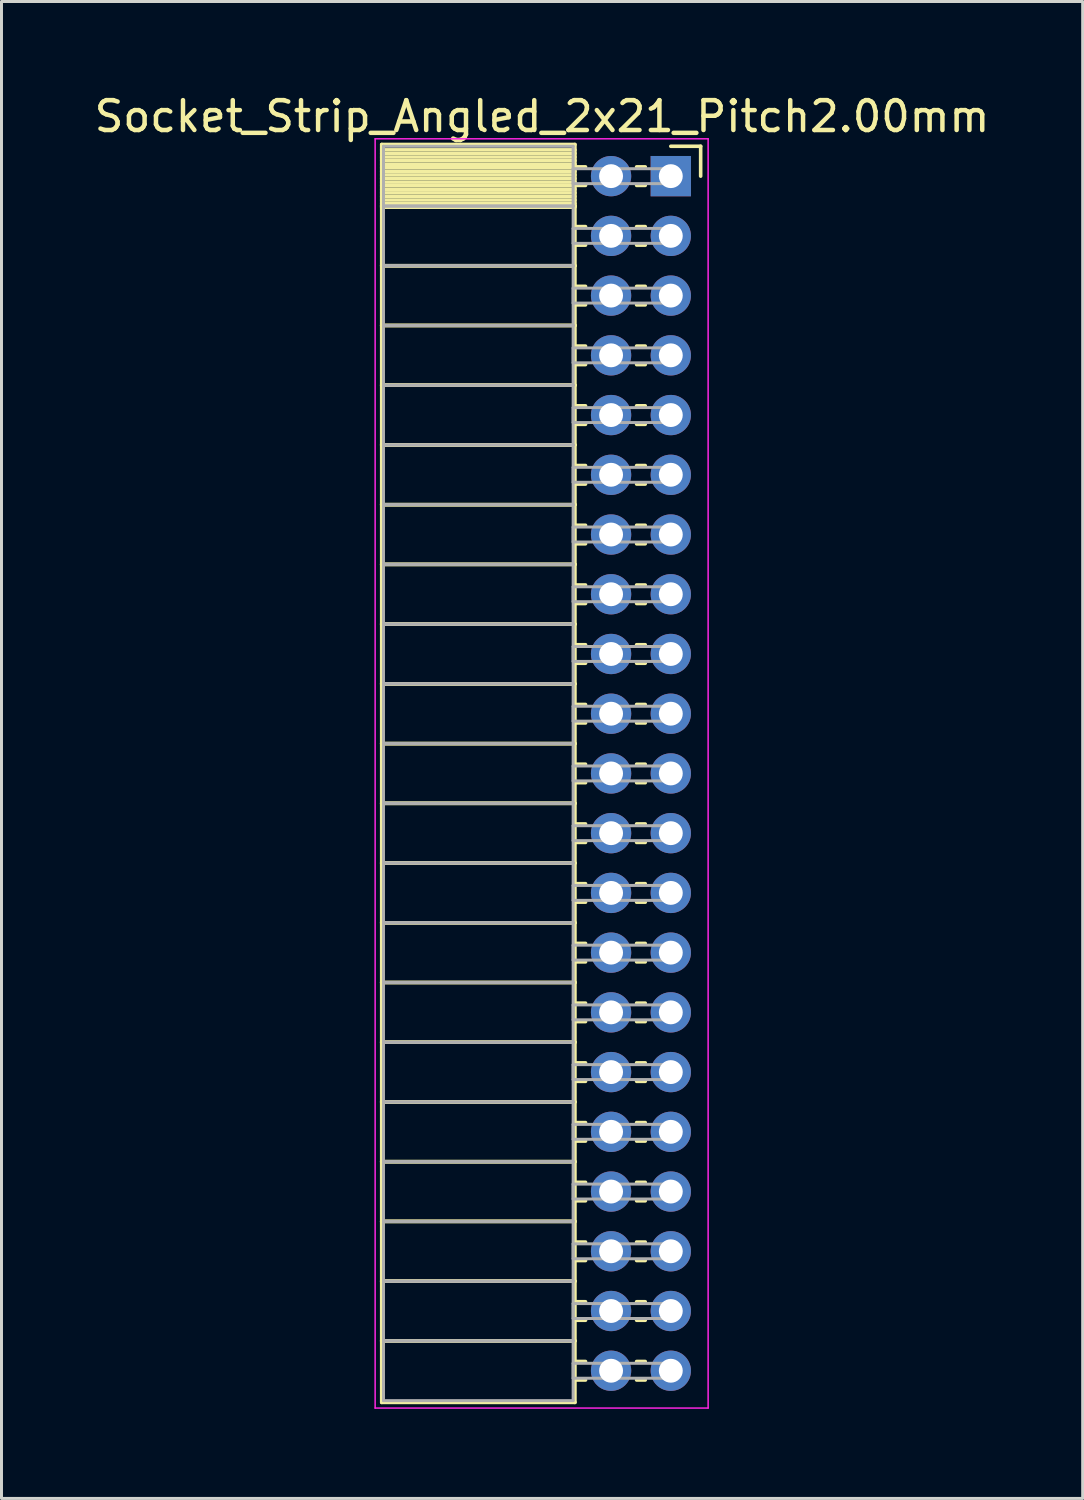
<source format=kicad_pcb>
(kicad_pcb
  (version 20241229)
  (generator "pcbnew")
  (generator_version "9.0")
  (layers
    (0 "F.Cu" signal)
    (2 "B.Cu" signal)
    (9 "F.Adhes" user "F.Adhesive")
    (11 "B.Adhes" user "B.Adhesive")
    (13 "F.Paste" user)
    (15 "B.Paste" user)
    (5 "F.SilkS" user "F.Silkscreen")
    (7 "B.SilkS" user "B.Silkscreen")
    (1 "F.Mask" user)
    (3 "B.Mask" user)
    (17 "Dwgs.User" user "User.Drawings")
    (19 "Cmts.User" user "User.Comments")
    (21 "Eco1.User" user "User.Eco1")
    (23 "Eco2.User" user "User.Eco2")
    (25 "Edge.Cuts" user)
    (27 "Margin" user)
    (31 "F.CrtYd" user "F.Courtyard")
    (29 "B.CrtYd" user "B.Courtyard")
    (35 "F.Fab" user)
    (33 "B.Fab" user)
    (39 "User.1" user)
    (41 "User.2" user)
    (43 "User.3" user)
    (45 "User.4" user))
  (footprint "Socket_Strip_Angled_2x21_Pitch2.00mm"
    (layer "F.Cu")
    (at 19.411 2.848)
    (property "Reference" "Socket_Strip_Angled_2x21_Pitch2.00mm" (at -4.31 -2 0) (layer "F.SilkS") (effects (font (size 1 1) (thickness 0.15))))
    (attr through_hole)
    (fp_line (start -9.68 -1.06) (end -3.21 -1.06) (stroke (width 0.12) (type solid)) (layer "F.SilkS"))
    (fp_line (start -9.68 1) (end -9.68 -1.06) (stroke (width 0.12) (type solid)) (layer "F.SilkS"))
    (fp_line (start -9.68 1) (end -3.21 1) (stroke (width 0.12) (type solid)) (layer "F.SilkS"))
    (fp_line (start -9.68 3) (end -9.68 1) (stroke (width 0.12) (type solid)) (layer "F.SilkS"))
    (fp_line (start -9.68 3) (end -3.21 3) (stroke (width 0.12) (type solid)) (layer "F.SilkS"))
    (fp_line (start -9.68 5) (end -9.68 3) (stroke (width 0.12) (type solid)) (layer "F.SilkS"))
    (fp_line (start -9.68 5) (end -3.21 5) (stroke (width 0.12) (type solid)) (layer "F.SilkS"))
    (fp_line (start -9.68 7) (end -9.68 5) (stroke (width 0.12) (type solid)) (layer "F.SilkS"))
    (fp_line (start -9.68 7) (end -3.21 7) (stroke (width 0.12) (type solid)) (layer "F.SilkS"))
    (fp_line (start -9.68 9) (end -9.68 7) (stroke (width 0.12) (type solid)) (layer "F.SilkS"))
    (fp_line (start -9.68 9) (end -3.21 9) (stroke (width 0.12) (type solid)) (layer "F.SilkS"))
    (fp_line (start -9.68 11) (end -9.68 9) (stroke (width 0.12) (type solid)) (layer "F.SilkS"))
    (fp_line (start -9.68 11) (end -3.21 11) (stroke (width 0.12) (type solid)) (layer "F.SilkS"))
    (fp_line (start -9.68 13) (end -9.68 11) (stroke (width 0.12) (type solid)) (layer "F.SilkS"))
    (fp_line (start -9.68 13) (end -3.21 13) (stroke (width 0.12) (type solid)) (layer "F.SilkS"))
    (fp_line (start -9.68 15) (end -9.68 13) (stroke (width 0.12) (type solid)) (layer "F.SilkS"))
    (fp_line (start -9.68 15) (end -3.21 15) (stroke (width 0.12) (type solid)) (layer "F.SilkS"))
    (fp_line (start -9.68 17) (end -9.68 15) (stroke (width 0.12) (type solid)) (layer "F.SilkS"))
    (fp_line (start -9.68 17) (end -3.21 17) (stroke (width 0.12) (type solid)) (layer "F.SilkS"))
    (fp_line (start -9.68 19) (end -9.68 17) (stroke (width 0.12) (type solid)) (layer "F.SilkS"))
    (fp_line (start -9.68 19) (end -3.21 19) (stroke (width 0.12) (type solid)) (layer "F.SilkS"))
    (fp_line (start -9.68 21) (end -9.68 19) (stroke (width 0.12) (type solid)) (layer "F.SilkS"))
    (fp_line (start -9.68 21) (end -3.21 21) (stroke (width 0.12) (type solid)) (layer "F.SilkS"))
    (fp_line (start -9.68 23) (end -9.68 21) (stroke (width 0.12) (type solid)) (layer "F.SilkS"))
    (fp_line (start -9.68 23) (end -3.21 23) (stroke (width 0.12) (type solid)) (layer "F.SilkS"))
    (fp_line (start -9.68 25) (end -9.68 23) (stroke (width 0.12) (type solid)) (layer "F.SilkS"))
    (fp_line (start -9.68 25) (end -3.21 25) (stroke (width 0.12) (type solid)) (layer "F.SilkS"))
    (fp_line (start -9.68 27) (end -9.68 25) (stroke (width 0.12) (type solid)) (layer "F.SilkS"))
    (fp_line (start -9.68 27) (end -3.21 27) (stroke (width 0.12) (type solid)) (layer "F.SilkS"))
    (fp_line (start -9.68 29) (end -9.68 27) (stroke (width 0.12) (type solid)) (layer "F.SilkS"))
    (fp_line (start -9.68 29) (end -3.21 29) (stroke (width 0.12) (type solid)) (layer "F.SilkS"))
    (fp_line (start -9.68 31) (end -9.68 29) (stroke (width 0.12) (type solid)) (layer "F.SilkS"))
    (fp_line (start -9.68 31) (end -3.21 31) (stroke (width 0.12) (type solid)) (layer "F.SilkS"))
    (fp_line (start -9.68 33) (end -9.68 31) (stroke (width 0.12) (type solid)) (layer "F.SilkS"))
    (fp_line (start -9.68 33) (end -3.21 33) (stroke (width 0.12) (type solid)) (layer "F.SilkS"))
    (fp_line (start -9.68 35) (end -9.68 33) (stroke (width 0.12) (type solid)) (layer "F.SilkS"))
    (fp_line (start -9.68 35) (end -3.21 35) (stroke (width 0.12) (type solid)) (layer "F.SilkS"))
    (fp_line (start -9.68 37) (end -9.68 35) (stroke (width 0.12) (type solid)) (layer "F.SilkS"))
    (fp_line (start -9.68 37) (end -3.21 37) (stroke (width 0.12) (type solid)) (layer "F.SilkS"))
    (fp_line (start -9.68 39) (end -9.68 37) (stroke (width 0.12) (type solid)) (layer "F.SilkS"))
    (fp_line (start -9.68 39) (end -3.21 39) (stroke (width 0.12) (type solid)) (layer "F.SilkS"))
    (fp_line (start -9.68 41.06) (end -9.68 39) (stroke (width 0.12) (type solid)) (layer "F.SilkS"))
    (fp_line (start -3.21 -1.06) (end -3.21 1) (stroke (width 0.12) (type solid)) (layer "F.SilkS"))
    (fp_line (start -3.21 -0.88) (end -9.68 -0.88) (stroke (width 0.12) (type solid)) (layer "F.SilkS"))
    (fp_line (start -3.21 -0.76) (end -9.68 -0.76) (stroke (width 0.12) (type solid)) (layer "F.SilkS"))
    (fp_line (start -3.21 -0.64) (end -9.68 -0.64) (stroke (width 0.12) (type solid)) (layer "F.SilkS"))
    (fp_line (start -3.21 -0.52) (end -9.68 -0.52) (stroke (width 0.12) (type solid)) (layer "F.SilkS"))
    (fp_line (start -3.21 -0.4) (end -9.68 -0.4) (stroke (width 0.12) (type solid)) (layer "F.SilkS"))
    (fp_line (start -3.21 -0.28) (end -9.68 -0.28) (stroke (width 0.12) (type solid)) (layer "F.SilkS"))
    (fp_line (start -3.21 -0.16) (end -9.68 -0.16) (stroke (width 0.12) (type solid)) (layer "F.SilkS"))
    (fp_line (start -3.21 -0.04) (end -9.68 -0.04) (stroke (width 0.12) (type solid)) (layer "F.SilkS"))
    (fp_line (start -3.21 0.08) (end -9.68 0.08) (stroke (width 0.12) (type solid)) (layer "F.SilkS"))
    (fp_line (start -3.21 0.2) (end -9.68 0.2) (stroke (width 0.12) (type solid)) (layer "F.SilkS"))
    (fp_line (start -3.21 0.32) (end -9.68 0.32) (stroke (width 0.12) (type solid)) (layer "F.SilkS"))
    (fp_line (start -3.21 0.44) (end -9.68 0.44) (stroke (width 0.12) (type solid)) (layer "F.SilkS"))
    (fp_line (start -3.21 0.56) (end -9.68 0.56) (stroke (width 0.12) (type solid)) (layer "F.SilkS"))
    (fp_line (start -3.21 0.68) (end -9.68 0.68) (stroke (width 0.12) (type solid)) (layer "F.SilkS"))
    (fp_line (start -3.21 0.8) (end -9.68 0.8) (stroke (width 0.12) (type solid)) (layer "F.SilkS"))
    (fp_line (start -3.21 0.92) (end -9.68 0.92) (stroke (width 0.12) (type solid)) (layer "F.SilkS"))
    (fp_line (start -3.21 1) (end -9.68 1) (stroke (width 0.12) (type solid)) (layer "F.SilkS"))
    (fp_line (start -3.21 1) (end -3.21 3) (stroke (width 0.12) (type solid)) (layer "F.SilkS"))
    (fp_line (start -3.21 1.04) (end -9.68 1.04) (stroke (width 0.12) (type solid)) (layer "F.SilkS"))
    (fp_line (start -3.21 3) (end -9.68 3) (stroke (width 0.12) (type solid)) (layer "F.SilkS"))
    (fp_line (start -3.21 3) (end -3.21 5) (stroke (width 0.12) (type solid)) (layer "F.SilkS"))
    (fp_line (start -3.21 5) (end -9.68 5) (stroke (width 0.12) (type solid)) (layer "F.SilkS"))
    (fp_line (start -3.21 5) (end -3.21 7) (stroke (width 0.12) (type solid)) (layer "F.SilkS"))
    (fp_line (start -3.21 7) (end -9.68 7) (stroke (width 0.12) (type solid)) (layer "F.SilkS"))
    (fp_line (start -3.21 7) (end -3.21 9) (stroke (width 0.12) (type solid)) (layer "F.SilkS"))
    (fp_line (start -3.21 9) (end -9.68 9) (stroke (width 0.12) (type solid)) (layer "F.SilkS"))
    (fp_line (start -3.21 9) (end -3.21 11) (stroke (width 0.12) (type solid)) (layer "F.SilkS"))
    (fp_line (start -3.21 11) (end -9.68 11) (stroke (width 0.12) (type solid)) (layer "F.SilkS"))
    (fp_line (start -3.21 11) (end -3.21 13) (stroke (width 0.12) (type solid)) (layer "F.SilkS"))
    (fp_line (start -3.21 13) (end -9.68 13) (stroke (width 0.12) (type solid)) (layer "F.SilkS"))
    (fp_line (start -3.21 13) (end -3.21 15) (stroke (width 0.12) (type solid)) (layer "F.SilkS"))
    (fp_line (start -3.21 15) (end -9.68 15) (stroke (width 0.12) (type solid)) (layer "F.SilkS"))
    (fp_line (start -3.21 15) (end -3.21 17) (stroke (width 0.12) (type solid)) (layer "F.SilkS"))
    (fp_line (start -3.21 17) (end -9.68 17) (stroke (width 0.12) (type solid)) (layer "F.SilkS"))
    (fp_line (start -3.21 17) (end -3.21 19) (stroke (width 0.12) (type solid)) (layer "F.SilkS"))
    (fp_line (start -3.21 19) (end -9.68 19) (stroke (width 0.12) (type solid)) (layer "F.SilkS"))
    (fp_line (start -3.21 19) (end -3.21 21) (stroke (width 0.12) (type solid)) (layer "F.SilkS"))
    (fp_line (start -3.21 21) (end -9.68 21) (stroke (width 0.12) (type solid)) (layer "F.SilkS"))
    (fp_line (start -3.21 21) (end -3.21 23) (stroke (width 0.12) (type solid)) (layer "F.SilkS"))
    (fp_line (start -3.21 23) (end -9.68 23) (stroke (width 0.12) (type solid)) (layer "F.SilkS"))
    (fp_line (start -3.21 23) (end -3.21 25) (stroke (width 0.12) (type solid)) (layer "F.SilkS"))
    (fp_line (start -3.21 25) (end -9.68 25) (stroke (width 0.12) (type solid)) (layer "F.SilkS"))
    (fp_line (start -3.21 25) (end -3.21 27) (stroke (width 0.12) (type solid)) (layer "F.SilkS"))
    (fp_line (start -3.21 27) (end -9.68 27) (stroke (width 0.12) (type solid)) (layer "F.SilkS"))
    (fp_line (start -3.21 27) (end -3.21 29) (stroke (width 0.12) (type solid)) (layer "F.SilkS"))
    (fp_line (start -3.21 29) (end -9.68 29) (stroke (width 0.12) (type solid)) (layer "F.SilkS"))
    (fp_line (start -3.21 29) (end -3.21 31) (stroke (width 0.12) (type solid)) (layer "F.SilkS"))
    (fp_line (start -3.21 31) (end -9.68 31) (stroke (width 0.12) (type solid)) (layer "F.SilkS"))
    (fp_line (start -3.21 31) (end -3.21 33) (stroke (width 0.12) (type solid)) (layer "F.SilkS"))
    (fp_line (start -3.21 33) (end -9.68 33) (stroke (width 0.12) (type solid)) (layer "F.SilkS"))
    (fp_line (start -3.21 33) (end -3.21 35) (stroke (width 0.12) (type solid)) (layer "F.SilkS"))
    (fp_line (start -3.21 35) (end -9.68 35) (stroke (width 0.12) (type solid)) (layer "F.SilkS"))
    (fp_line (start -3.21 35) (end -3.21 37) (stroke (width 0.12) (type solid)) (layer "F.SilkS"))
    (fp_line (start -3.21 37) (end -9.68 37) (stroke (width 0.12) (type solid)) (layer "F.SilkS"))
    (fp_line (start -3.21 37) (end -3.21 39) (stroke (width 0.12) (type solid)) (layer "F.SilkS"))
    (fp_line (start -3.21 39) (end -9.68 39) (stroke (width 0.12) (type solid)) (layer "F.SilkS"))
    (fp_line (start -3.21 39) (end -3.21 41.06) (stroke (width 0.12) (type solid)) (layer "F.SilkS"))
    (fp_line (start -3.21 41.06) (end -9.68 41.06) (stroke (width 0.12) (type solid)) (layer "F.SilkS"))
    (fp_line (start -2.855 -0.31) (end -3.21 -0.31) (stroke (width 0.12) (type solid)) (layer "F.SilkS"))
    (fp_line (start -2.855 0.31) (end -3.21 0.31) (stroke (width 0.12) (type solid)) (layer "F.SilkS"))
    (fp_line (start -2.855 1.69) (end -3.21 1.69) (stroke (width 0.12) (type solid)) (layer "F.SilkS"))
    (fp_line (start -2.855 2.31) (end -3.21 2.31) (stroke (width 0.12) (type solid)) (layer "F.SilkS"))
    (fp_line (start -2.855 3.69) (end -3.21 3.69) (stroke (width 0.12) (type solid)) (layer "F.SilkS"))
    (fp_line (start -2.855 4.31) (end -3.21 4.31) (stroke (width 0.12) (type solid)) (layer "F.SilkS"))
    (fp_line (start -2.855 5.69) (end -3.21 5.69) (stroke (width 0.12) (type solid)) (layer "F.SilkS"))
    (fp_line (start -2.855 6.31) (end -3.21 6.31) (stroke (width 0.12) (type solid)) (layer "F.SilkS"))
    (fp_line (start -2.855 7.69) (end -3.21 7.69) (stroke (width 0.12) (type solid)) (layer "F.SilkS"))
    (fp_line (start -2.855 8.31) (end -3.21 8.31) (stroke (width 0.12) (type solid)) (layer "F.SilkS"))
    (fp_line (start -2.855 9.69) (end -3.21 9.69) (stroke (width 0.12) (type solid)) (layer "F.SilkS"))
    (fp_line (start -2.855 10.31) (end -3.21 10.31) (stroke (width 0.12) (type solid)) (layer "F.SilkS"))
    (fp_line (start -2.855 11.69) (end -3.21 11.69) (stroke (width 0.12) (type solid)) (layer "F.SilkS"))
    (fp_line (start -2.855 12.31) (end -3.21 12.31) (stroke (width 0.12) (type solid)) (layer "F.SilkS"))
    (fp_line (start -2.855 13.69) (end -3.21 13.69) (stroke (width 0.12) (type solid)) (layer "F.SilkS"))
    (fp_line (start -2.855 14.31) (end -3.21 14.31) (stroke (width 0.12) (type solid)) (layer "F.SilkS"))
    (fp_line (start -2.855 15.69) (end -3.21 15.69) (stroke (width 0.12) (type solid)) (layer "F.SilkS"))
    (fp_line (start -2.855 16.31) (end -3.21 16.31) (stroke (width 0.12) (type solid)) (layer "F.SilkS"))
    (fp_line (start -2.855 17.69) (end -3.21 17.69) (stroke (width 0.12) (type solid)) (layer "F.SilkS"))
    (fp_line (start -2.855 18.31) (end -3.21 18.31) (stroke (width 0.12) (type solid)) (layer "F.SilkS"))
    (fp_line (start -2.855 19.69) (end -3.21 19.69) (stroke (width 0.12) (type solid)) (layer "F.SilkS"))
    (fp_line (start -2.855 20.31) (end -3.21 20.31) (stroke (width 0.12) (type solid)) (layer "F.SilkS"))
    (fp_line (start -2.855 21.69) (end -3.21 21.69) (stroke (width 0.12) (type solid)) (layer "F.SilkS"))
    (fp_line (start -2.855 22.31) (end -3.21 22.31) (stroke (width 0.12) (type solid)) (layer "F.SilkS"))
    (fp_line (start -2.855 23.69) (end -3.21 23.69) (stroke (width 0.12) (type solid)) (layer "F.SilkS"))
    (fp_line (start -2.855 24.31) (end -3.21 24.31) (stroke (width 0.12) (type solid)) (layer "F.SilkS"))
    (fp_line (start -2.855 25.69) (end -3.21 25.69) (stroke (width 0.12) (type solid)) (layer "F.SilkS"))
    (fp_line (start -2.855 26.31) (end -3.21 26.31) (stroke (width 0.12) (type solid)) (layer "F.SilkS"))
    (fp_line (start -2.855 27.69) (end -3.21 27.69) (stroke (width 0.12) (type solid)) (layer "F.SilkS"))
    (fp_line (start -2.855 28.31) (end -3.21 28.31) (stroke (width 0.12) (type solid)) (layer "F.SilkS"))
    (fp_line (start -2.855 29.69) (end -3.21 29.69) (stroke (width 0.12) (type solid)) (layer "F.SilkS"))
    (fp_line (start -2.855 30.31) (end -3.21 30.31) (stroke (width 0.12) (type solid)) (layer "F.SilkS"))
    (fp_line (start -2.855 31.69) (end -3.21 31.69) (stroke (width 0.12) (type solid)) (layer "F.SilkS"))
    (fp_line (start -2.855 32.31) (end -3.21 32.31) (stroke (width 0.12) (type solid)) (layer "F.SilkS"))
    (fp_line (start -2.855 33.69) (end -3.21 33.69) (stroke (width 0.12) (type solid)) (layer "F.SilkS"))
    (fp_line (start -2.855 34.31) (end -3.21 34.31) (stroke (width 0.12) (type solid)) (layer "F.SilkS"))
    (fp_line (start -2.855 35.69) (end -3.21 35.69) (stroke (width 0.12) (type solid)) (layer "F.SilkS"))
    (fp_line (start -2.855 36.31) (end -3.21 36.31) (stroke (width 0.12) (type solid)) (layer "F.SilkS"))
    (fp_line (start -2.855 37.69) (end -3.21 37.69) (stroke (width 0.12) (type solid)) (layer "F.SilkS"))
    (fp_line (start -2.855 38.31) (end -3.21 38.31) (stroke (width 0.12) (type solid)) (layer "F.SilkS"))
    (fp_line (start -2.855 39.69) (end -3.21 39.69) (stroke (width 0.12) (type solid)) (layer "F.SilkS"))
    (fp_line (start -2.855 40.31) (end -3.21 40.31) (stroke (width 0.12) (type solid)) (layer "F.SilkS"))
    (fp_line (start -0.855 -0.31) (end -1.145 -0.31) (stroke (width 0.12) (type solid)) (layer "F.SilkS"))
    (fp_line (start -0.855 0.31) (end -1.145 0.31) (stroke (width 0.12) (type solid)) (layer "F.SilkS"))
    (fp_line (start -0.855 1.69) (end -1.145 1.69) (stroke (width 0.12) (type solid)) (layer "F.SilkS"))
    (fp_line (start -0.855 2.31) (end -1.145 2.31) (stroke (width 0.12) (type solid)) (layer "F.SilkS"))
    (fp_line (start -0.855 3.69) (end -1.145 3.69) (stroke (width 0.12) (type solid)) (layer "F.SilkS"))
    (fp_line (start -0.855 4.31) (end -1.145 4.31) (stroke (width 0.12) (type solid)) (layer "F.SilkS"))
    (fp_line (start -0.855 5.69) (end -1.145 5.69) (stroke (width 0.12) (type solid)) (layer "F.SilkS"))
    (fp_line (start -0.855 6.31) (end -1.145 6.31) (stroke (width 0.12) (type solid)) (layer "F.SilkS"))
    (fp_line (start -0.855 7.69) (end -1.145 7.69) (stroke (width 0.12) (type solid)) (layer "F.SilkS"))
    (fp_line (start -0.855 8.31) (end -1.145 8.31) (stroke (width 0.12) (type solid)) (layer "F.SilkS"))
    (fp_line (start -0.855 9.69) (end -1.145 9.69) (stroke (width 0.12) (type solid)) (layer "F.SilkS"))
    (fp_line (start -0.855 10.31) (end -1.145 10.31) (stroke (width 0.12) (type solid)) (layer "F.SilkS"))
    (fp_line (start -0.855 11.69) (end -1.145 11.69) (stroke (width 0.12) (type solid)) (layer "F.SilkS"))
    (fp_line (start -0.855 12.31) (end -1.145 12.31) (stroke (width 0.12) (type solid)) (layer "F.SilkS"))
    (fp_line (start -0.855 13.69) (end -1.145 13.69) (stroke (width 0.12) (type solid)) (layer "F.SilkS"))
    (fp_line (start -0.855 14.31) (end -1.145 14.31) (stroke (width 0.12) (type solid)) (layer "F.SilkS"))
    (fp_line (start -0.855 15.69) (end -1.145 15.69) (stroke (width 0.12) (type solid)) (layer "F.SilkS"))
    (fp_line (start -0.855 16.31) (end -1.145 16.31) (stroke (width 0.12) (type solid)) (layer "F.SilkS"))
    (fp_line (start -0.855 17.69) (end -1.145 17.69) (stroke (width 0.12) (type solid)) (layer "F.SilkS"))
    (fp_line (start -0.855 18.31) (end -1.145 18.31) (stroke (width 0.12) (type solid)) (layer "F.SilkS"))
    (fp_line (start -0.855 19.69) (end -1.145 19.69) (stroke (width 0.12) (type solid)) (layer "F.SilkS"))
    (fp_line (start -0.855 20.31) (end -1.145 20.31) (stroke (width 0.12) (type solid)) (layer "F.SilkS"))
    (fp_line (start -0.855 21.69) (end -1.145 21.69) (stroke (width 0.12) (type solid)) (layer "F.SilkS"))
    (fp_line (start -0.855 22.31) (end -1.145 22.31) (stroke (width 0.12) (type solid)) (layer "F.SilkS"))
    (fp_line (start -0.855 23.69) (end -1.145 23.69) (stroke (width 0.12) (type solid)) (layer "F.SilkS"))
    (fp_line (start -0.855 24.31) (end -1.145 24.31) (stroke (width 0.12) (type solid)) (layer "F.SilkS"))
    (fp_line (start -0.855 25.69) (end -1.145 25.69) (stroke (width 0.12) (type solid)) (layer "F.SilkS"))
    (fp_line (start -0.855 26.31) (end -1.145 26.31) (stroke (width 0.12) (type solid)) (layer "F.SilkS"))
    (fp_line (start -0.855 27.69) (end -1.145 27.69) (stroke (width 0.12) (type solid)) (layer "F.SilkS"))
    (fp_line (start -0.855 28.31) (end -1.145 28.31) (stroke (width 0.12) (type solid)) (layer "F.SilkS"))
    (fp_line (start -0.855 29.69) (end -1.145 29.69) (stroke (width 0.12) (type solid)) (layer "F.SilkS"))
    (fp_line (start -0.855 30.31) (end -1.145 30.31) (stroke (width 0.12) (type solid)) (layer "F.SilkS"))
    (fp_line (start -0.855 31.69) (end -1.145 31.69) (stroke (width 0.12) (type solid)) (layer "F.SilkS"))
    (fp_line (start -0.855 32.31) (end -1.145 32.31) (stroke (width 0.12) (type solid)) (layer "F.SilkS"))
    (fp_line (start -0.855 33.69) (end -1.145 33.69) (stroke (width 0.12) (type solid)) (layer "F.SilkS"))
    (fp_line (start -0.855 34.31) (end -1.145 34.31) (stroke (width 0.12) (type solid)) (layer "F.SilkS"))
    (fp_line (start -0.855 35.69) (end -1.145 35.69) (stroke (width 0.12) (type solid)) (layer "F.SilkS"))
    (fp_line (start -0.855 36.31) (end -1.145 36.31) (stroke (width 0.12) (type solid)) (layer "F.SilkS"))
    (fp_line (start -0.855 37.69) (end -1.145 37.69) (stroke (width 0.12) (type solid)) (layer "F.SilkS"))
    (fp_line (start -0.855 38.31) (end -1.145 38.31) (stroke (width 0.12) (type solid)) (layer "F.SilkS"))
    (fp_line (start -0.855 39.69) (end -1.145 39.69) (stroke (width 0.12) (type solid)) (layer "F.SilkS"))
    (fp_line (start -0.855 40.31) (end -1.145 40.31) (stroke (width 0.12) (type solid)) (layer "F.SilkS"))
    (fp_line (start 0 -1) (end 1 -1) (stroke (width 0.12) (type solid)) (layer "F.SilkS"))
    (fp_line (start 1 -1) (end 1 0) (stroke (width 0.12) (type solid)) (layer "F.SilkS"))
    (fp_line (start -9.9 -1.25) (end 1.25 -1.25) (stroke (width 0.05) (type solid)) (layer "F.CrtYd"))
    (fp_line (start -9.9 41.25) (end -9.9 -1.25) (stroke (width 0.05) (type solid)) (layer "F.CrtYd"))
    (fp_line (start 1.25 -1.25) (end 1.25 41.25) (stroke (width 0.05) (type solid)) (layer "F.CrtYd"))
    (fp_line (start 1.25 41.25) (end -9.9 41.25) (stroke (width 0.05) (type solid)) (layer "F.CrtYd"))
    (fp_line (start -9.62 -1) (end -3.27 -1) (stroke (width 0.1) (type solid)) (layer "F.Fab"))
    (fp_line (start -9.62 1) (end -9.62 -1) (stroke (width 0.1) (type solid)) (layer "F.Fab"))
    (fp_line (start -9.62 1) (end -3.27 1) (stroke (width 0.1) (type solid)) (layer "F.Fab"))
    (fp_line (start -9.62 3) (end -9.62 1) (stroke (width 0.1) (type solid)) (layer "F.Fab"))
    (fp_line (start -9.62 3) (end -3.27 3) (stroke (width 0.1) (type solid)) (layer "F.Fab"))
    (fp_line (start -9.62 5) (end -9.62 3) (stroke (width 0.1) (type solid)) (layer "F.Fab"))
    (fp_line (start -9.62 5) (end -3.27 5) (stroke (width 0.1) (type solid)) (layer "F.Fab"))
    (fp_line (start -9.62 7) (end -9.62 5) (stroke (width 0.1) (type solid)) (layer "F.Fab"))
    (fp_line (start -9.62 7) (end -3.27 7) (stroke (width 0.1) (type solid)) (layer "F.Fab"))
    (fp_line (start -9.62 9) (end -9.62 7) (stroke (width 0.1) (type solid)) (layer "F.Fab"))
    (fp_line (start -9.62 9) (end -3.27 9) (stroke (width 0.1) (type solid)) (layer "F.Fab"))
    (fp_line (start -9.62 11) (end -9.62 9) (stroke (width 0.1) (type solid)) (layer "F.Fab"))
    (fp_line (start -9.62 11) (end -3.27 11) (stroke (width 0.1) (type solid)) (layer "F.Fab"))
    (fp_line (start -9.62 13) (end -9.62 11) (stroke (width 0.1) (type solid)) (layer "F.Fab"))
    (fp_line (start -9.62 13) (end -3.27 13) (stroke (width 0.1) (type solid)) (layer "F.Fab"))
    (fp_line (start -9.62 15) (end -9.62 13) (stroke (width 0.1) (type solid)) (layer "F.Fab"))
    (fp_line (start -9.62 15) (end -3.27 15) (stroke (width 0.1) (type solid)) (layer "F.Fab"))
    (fp_line (start -9.62 17) (end -9.62 15) (stroke (width 0.1) (type solid)) (layer "F.Fab"))
    (fp_line (start -9.62 17) (end -3.27 17) (stroke (width 0.1) (type solid)) (layer "F.Fab"))
    (fp_line (start -9.62 19) (end -9.62 17) (stroke (width 0.1) (type solid)) (layer "F.Fab"))
    (fp_line (start -9.62 19) (end -3.27 19) (stroke (width 0.1) (type solid)) (layer "F.Fab"))
    (fp_line (start -9.62 21) (end -9.62 19) (stroke (width 0.1) (type solid)) (layer "F.Fab"))
    (fp_line (start -9.62 21) (end -3.27 21) (stroke (width 0.1) (type solid)) (layer "F.Fab"))
    (fp_line (start -9.62 23) (end -9.62 21) (stroke (width 0.1) (type solid)) (layer "F.Fab"))
    (fp_line (start -9.62 23) (end -3.27 23) (stroke (width 0.1) (type solid)) (layer "F.Fab"))
    (fp_line (start -9.62 25) (end -9.62 23) (stroke (width 0.1) (type solid)) (layer "F.Fab"))
    (fp_line (start -9.62 25) (end -3.27 25) (stroke (width 0.1) (type solid)) (layer "F.Fab"))
    (fp_line (start -9.62 27) (end -9.62 25) (stroke (width 0.1) (type solid)) (layer "F.Fab"))
    (fp_line (start -9.62 27) (end -3.27 27) (stroke (width 0.1) (type solid)) (layer "F.Fab"))
    (fp_line (start -9.62 29) (end -9.62 27) (stroke (width 0.1) (type solid)) (layer "F.Fab"))
    (fp_line (start -9.62 29) (end -3.27 29) (stroke (width 0.1) (type solid)) (layer "F.Fab"))
    (fp_line (start -9.62 31) (end -9.62 29) (stroke (width 0.1) (type solid)) (layer "F.Fab"))
    (fp_line (start -9.62 31) (end -3.27 31) (stroke (width 0.1) (type solid)) (layer "F.Fab"))
    (fp_line (start -9.62 33) (end -9.62 31) (stroke (width 0.1) (type solid)) (layer "F.Fab"))
    (fp_line (start -9.62 33) (end -3.27 33) (stroke (width 0.1) (type solid)) (layer "F.Fab"))
    (fp_line (start -9.62 35) (end -9.62 33) (stroke (width 0.1) (type solid)) (layer "F.Fab"))
    (fp_line (start -9.62 35) (end -3.27 35) (stroke (width 0.1) (type solid)) (layer "F.Fab"))
    (fp_line (start -9.62 37) (end -9.62 35) (stroke (width 0.1) (type solid)) (layer "F.Fab"))
    (fp_line (start -9.62 37) (end -3.27 37) (stroke (width 0.1) (type solid)) (layer "F.Fab"))
    (fp_line (start -9.62 39) (end -9.62 37) (stroke (width 0.1) (type solid)) (layer "F.Fab"))
    (fp_line (start -9.62 39) (end -3.27 39) (stroke (width 0.1) (type solid)) (layer "F.Fab"))
    (fp_line (start -9.62 41) (end -9.62 39) (stroke (width 0.1) (type solid)) (layer "F.Fab"))
    (fp_line (start -3.27 -1) (end -3.27 1) (stroke (width 0.1) (type solid)) (layer "F.Fab"))
    (fp_line (start -3.27 -0.25) (end 0 -0.25) (stroke (width 0.1) (type solid)) (layer "F.Fab"))
    (fp_line (start -3.27 0.25) (end -3.27 -0.25) (stroke (width 0.1) (type solid)) (layer "F.Fab"))
    (fp_line (start -3.27 1) (end -9.62 1) (stroke (width 0.1) (type solid)) (layer "F.Fab"))
    (fp_line (start -3.27 1) (end -3.27 3) (stroke (width 0.1) (type solid)) (layer "F.Fab"))
    (fp_line (start -3.27 1.75) (end 0 1.75) (stroke (width 0.1) (type solid)) (layer "F.Fab"))
    (fp_line (start -3.27 2.25) (end -3.27 1.75) (stroke (width 0.1) (type solid)) (layer "F.Fab"))
    (fp_line (start -3.27 3) (end -9.62 3) (stroke (width 0.1) (type solid)) (layer "F.Fab"))
    (fp_line (start -3.27 3) (end -3.27 5) (stroke (width 0.1) (type solid)) (layer "F.Fab"))
    (fp_line (start -3.27 3.75) (end 0 3.75) (stroke (width 0.1) (type solid)) (layer "F.Fab"))
    (fp_line (start -3.27 4.25) (end -3.27 3.75) (stroke (width 0.1) (type solid)) (layer "F.Fab"))
    (fp_line (start -3.27 5) (end -9.62 5) (stroke (width 0.1) (type solid)) (layer "F.Fab"))
    (fp_line (start -3.27 5) (end -3.27 7) (stroke (width 0.1) (type solid)) (layer "F.Fab"))
    (fp_line (start -3.27 5.75) (end 0 5.75) (stroke (width 0.1) (type solid)) (layer "F.Fab"))
    (fp_line (start -3.27 6.25) (end -3.27 5.75) (stroke (width 0.1) (type solid)) (layer "F.Fab"))
    (fp_line (start -3.27 7) (end -9.62 7) (stroke (width 0.1) (type solid)) (layer "F.Fab"))
    (fp_line (start -3.27 7) (end -3.27 9) (stroke (width 0.1) (type solid)) (layer "F.Fab"))
    (fp_line (start -3.27 7.75) (end 0 7.75) (stroke (width 0.1) (type solid)) (layer "F.Fab"))
    (fp_line (start -3.27 8.25) (end -3.27 7.75) (stroke (width 0.1) (type solid)) (layer "F.Fab"))
    (fp_line (start -3.27 9) (end -9.62 9) (stroke (width 0.1) (type solid)) (layer "F.Fab"))
    (fp_line (start -3.27 9) (end -3.27 11) (stroke (width 0.1) (type solid)) (layer "F.Fab"))
    (fp_line (start -3.27 9.75) (end 0 9.75) (stroke (width 0.1) (type solid)) (layer "F.Fab"))
    (fp_line (start -3.27 10.25) (end -3.27 9.75) (stroke (width 0.1) (type solid)) (layer "F.Fab"))
    (fp_line (start -3.27 11) (end -9.62 11) (stroke (width 0.1) (type solid)) (layer "F.Fab"))
    (fp_line (start -3.27 11) (end -3.27 13) (stroke (width 0.1) (type solid)) (layer "F.Fab"))
    (fp_line (start -3.27 11.75) (end 0 11.75) (stroke (width 0.1) (type solid)) (layer "F.Fab"))
    (fp_line (start -3.27 12.25) (end -3.27 11.75) (stroke (width 0.1) (type solid)) (layer "F.Fab"))
    (fp_line (start -3.27 13) (end -9.62 13) (stroke (width 0.1) (type solid)) (layer "F.Fab"))
    (fp_line (start -3.27 13) (end -3.27 15) (stroke (width 0.1) (type solid)) (layer "F.Fab"))
    (fp_line (start -3.27 13.75) (end 0 13.75) (stroke (width 0.1) (type solid)) (layer "F.Fab"))
    (fp_line (start -3.27 14.25) (end -3.27 13.75) (stroke (width 0.1) (type solid)) (layer "F.Fab"))
    (fp_line (start -3.27 15) (end -9.62 15) (stroke (width 0.1) (type solid)) (layer "F.Fab"))
    (fp_line (start -3.27 15) (end -3.27 17) (stroke (width 0.1) (type solid)) (layer "F.Fab"))
    (fp_line (start -3.27 15.75) (end 0 15.75) (stroke (width 0.1) (type solid)) (layer "F.Fab"))
    (fp_line (start -3.27 16.25) (end -3.27 15.75) (stroke (width 0.1) (type solid)) (layer "F.Fab"))
    (fp_line (start -3.27 17) (end -9.62 17) (stroke (width 0.1) (type solid)) (layer "F.Fab"))
    (fp_line (start -3.27 17) (end -3.27 19) (stroke (width 0.1) (type solid)) (layer "F.Fab"))
    (fp_line (start -3.27 17.75) (end 0 17.75) (stroke (width 0.1) (type solid)) (layer "F.Fab"))
    (fp_line (start -3.27 18.25) (end -3.27 17.75) (stroke (width 0.1) (type solid)) (layer "F.Fab"))
    (fp_line (start -3.27 19) (end -9.62 19) (stroke (width 0.1) (type solid)) (layer "F.Fab"))
    (fp_line (start -3.27 19) (end -3.27 21) (stroke (width 0.1) (type solid)) (layer "F.Fab"))
    (fp_line (start -3.27 19.75) (end 0 19.75) (stroke (width 0.1) (type solid)) (layer "F.Fab"))
    (fp_line (start -3.27 20.25) (end -3.27 19.75) (stroke (width 0.1) (type solid)) (layer "F.Fab"))
    (fp_line (start -3.27 21) (end -9.62 21) (stroke (width 0.1) (type solid)) (layer "F.Fab"))
    (fp_line (start -3.27 21) (end -3.27 23) (stroke (width 0.1) (type solid)) (layer "F.Fab"))
    (fp_line (start -3.27 21.75) (end 0 21.75) (stroke (width 0.1) (type solid)) (layer "F.Fab"))
    (fp_line (start -3.27 22.25) (end -3.27 21.75) (stroke (width 0.1) (type solid)) (layer "F.Fab"))
    (fp_line (start -3.27 23) (end -9.62 23) (stroke (width 0.1) (type solid)) (layer "F.Fab"))
    (fp_line (start -3.27 23) (end -3.27 25) (stroke (width 0.1) (type solid)) (layer "F.Fab"))
    (fp_line (start -3.27 23.75) (end 0 23.75) (stroke (width 0.1) (type solid)) (layer "F.Fab"))
    (fp_line (start -3.27 24.25) (end -3.27 23.75) (stroke (width 0.1) (type solid)) (layer "F.Fab"))
    (fp_line (start -3.27 25) (end -9.62 25) (stroke (width 0.1) (type solid)) (layer "F.Fab"))
    (fp_line (start -3.27 25) (end -3.27 27) (stroke (width 0.1) (type solid)) (layer "F.Fab"))
    (fp_line (start -3.27 25.75) (end 0 25.75) (stroke (width 0.1) (type solid)) (layer "F.Fab"))
    (fp_line (start -3.27 26.25) (end -3.27 25.75) (stroke (width 0.1) (type solid)) (layer "F.Fab"))
    (fp_line (start -3.27 27) (end -9.62 27) (stroke (width 0.1) (type solid)) (layer "F.Fab"))
    (fp_line (start -3.27 27) (end -3.27 29) (stroke (width 0.1) (type solid)) (layer "F.Fab"))
    (fp_line (start -3.27 27.75) (end 0 27.75) (stroke (width 0.1) (type solid)) (layer "F.Fab"))
    (fp_line (start -3.27 28.25) (end -3.27 27.75) (stroke (width 0.1) (type solid)) (layer "F.Fab"))
    (fp_line (start -3.27 29) (end -9.62 29) (stroke (width 0.1) (type solid)) (layer "F.Fab"))
    (fp_line (start -3.27 29) (end -3.27 31) (stroke (width 0.1) (type solid)) (layer "F.Fab"))
    (fp_line (start -3.27 29.75) (end 0 29.75) (stroke (width 0.1) (type solid)) (layer "F.Fab"))
    (fp_line (start -3.27 30.25) (end -3.27 29.75) (stroke (width 0.1) (type solid)) (layer "F.Fab"))
    (fp_line (start -3.27 31) (end -9.62 31) (stroke (width 0.1) (type solid)) (layer "F.Fab"))
    (fp_line (start -3.27 31) (end -3.27 33) (stroke (width 0.1) (type solid)) (layer "F.Fab"))
    (fp_line (start -3.27 31.75) (end 0 31.75) (stroke (width 0.1) (type solid)) (layer "F.Fab"))
    (fp_line (start -3.27 32.25) (end -3.27 31.75) (stroke (width 0.1) (type solid)) (layer "F.Fab"))
    (fp_line (start -3.27 33) (end -9.62 33) (stroke (width 0.1) (type solid)) (layer "F.Fab"))
    (fp_line (start -3.27 33) (end -3.27 35) (stroke (width 0.1) (type solid)) (layer "F.Fab"))
    (fp_line (start -3.27 33.75) (end 0 33.75) (stroke (width 0.1) (type solid)) (layer "F.Fab"))
    (fp_line (start -3.27 34.25) (end -3.27 33.75) (stroke (width 0.1) (type solid)) (layer "F.Fab"))
    (fp_line (start -3.27 35) (end -9.62 35) (stroke (width 0.1) (type solid)) (layer "F.Fab"))
    (fp_line (start -3.27 35) (end -3.27 37) (stroke (width 0.1) (type solid)) (layer "F.Fab"))
    (fp_line (start -3.27 35.75) (end 0 35.75) (stroke (width 0.1) (type solid)) (layer "F.Fab"))
    (fp_line (start -3.27 36.25) (end -3.27 35.75) (stroke (width 0.1) (type solid)) (layer "F.Fab"))
    (fp_line (start -3.27 37) (end -9.62 37) (stroke (width 0.1) (type solid)) (layer "F.Fab"))
    (fp_line (start -3.27 37) (end -3.27 39) (stroke (width 0.1) (type solid)) (layer "F.Fab"))
    (fp_line (start -3.27 37.75) (end 0 37.75) (stroke (width 0.1) (type solid)) (layer "F.Fab"))
    (fp_line (start -3.27 38.25) (end -3.27 37.75) (stroke (width 0.1) (type solid)) (layer "F.Fab"))
    (fp_line (start -3.27 39) (end -9.62 39) (stroke (width 0.1) (type solid)) (layer "F.Fab"))
    (fp_line (start -3.27 39) (end -3.27 41) (stroke (width 0.1) (type solid)) (layer "F.Fab"))
    (fp_line (start -3.27 39.75) (end 0 39.75) (stroke (width 0.1) (type solid)) (layer "F.Fab"))
    (fp_line (start -3.27 40.25) (end -3.27 39.75) (stroke (width 0.1) (type solid)) (layer "F.Fab"))
    (fp_line (start -3.27 41) (end -9.62 41) (stroke (width 0.1) (type solid)) (layer "F.Fab"))
    (fp_line (start 0 -0.25) (end 0 0.25) (stroke (width 0.1) (type solid)) (layer "F.Fab"))
    (fp_line (start 0 0.25) (end -3.27 0.25) (stroke (width 0.1) (type solid)) (layer "F.Fab"))
    (fp_line (start 0 1.75) (end 0 2.25) (stroke (width 0.1) (type solid)) (layer "F.Fab"))
    (fp_line (start 0 2.25) (end -3.27 2.25) (stroke (width 0.1) (type solid)) (layer "F.Fab"))
    (fp_line (start 0 3.75) (end 0 4.25) (stroke (width 0.1) (type solid)) (layer "F.Fab"))
    (fp_line (start 0 4.25) (end -3.27 4.25) (stroke (width 0.1) (type solid)) (layer "F.Fab"))
    (fp_line (start 0 5.75) (end 0 6.25) (stroke (width 0.1) (type solid)) (layer "F.Fab"))
    (fp_line (start 0 6.25) (end -3.27 6.25) (stroke (width 0.1) (type solid)) (layer "F.Fab"))
    (fp_line (start 0 7.75) (end 0 8.25) (stroke (width 0.1) (type solid)) (layer "F.Fab"))
    (fp_line (start 0 8.25) (end -3.27 8.25) (stroke (width 0.1) (type solid)) (layer "F.Fab"))
    (fp_line (start 0 9.75) (end 0 10.25) (stroke (width 0.1) (type solid)) (layer "F.Fab"))
    (fp_line (start 0 10.25) (end -3.27 10.25) (stroke (width 0.1) (type solid)) (layer "F.Fab"))
    (fp_line (start 0 11.75) (end 0 12.25) (stroke (width 0.1) (type solid)) (layer "F.Fab"))
    (fp_line (start 0 12.25) (end -3.27 12.25) (stroke (width 0.1) (type solid)) (layer "F.Fab"))
    (fp_line (start 0 13.75) (end 0 14.25) (stroke (width 0.1) (type solid)) (layer "F.Fab"))
    (fp_line (start 0 14.25) (end -3.27 14.25) (stroke (width 0.1) (type solid)) (layer "F.Fab"))
    (fp_line (start 0 15.75) (end 0 16.25) (stroke (width 0.1) (type solid)) (layer "F.Fab"))
    (fp_line (start 0 16.25) (end -3.27 16.25) (stroke (width 0.1) (type solid)) (layer "F.Fab"))
    (fp_line (start 0 17.75) (end 0 18.25) (stroke (width 0.1) (type solid)) (layer "F.Fab"))
    (fp_line (start 0 18.25) (end -3.27 18.25) (stroke (width 0.1) (type solid)) (layer "F.Fab"))
    (fp_line (start 0 19.75) (end 0 20.25) (stroke (width 0.1) (type solid)) (layer "F.Fab"))
    (fp_line (start 0 20.25) (end -3.27 20.25) (stroke (width 0.1) (type solid)) (layer "F.Fab"))
    (fp_line (start 0 21.75) (end 0 22.25) (stroke (width 0.1) (type solid)) (layer "F.Fab"))
    (fp_line (start 0 22.25) (end -3.27 22.25) (stroke (width 0.1) (type solid)) (layer "F.Fab"))
    (fp_line (start 0 23.75) (end 0 24.25) (stroke (width 0.1) (type solid)) (layer "F.Fab"))
    (fp_line (start 0 24.25) (end -3.27 24.25) (stroke (width 0.1) (type solid)) (layer "F.Fab"))
    (fp_line (start 0 25.75) (end 0 26.25) (stroke (width 0.1) (type solid)) (layer "F.Fab"))
    (fp_line (start 0 26.25) (end -3.27 26.25) (stroke (width 0.1) (type solid)) (layer "F.Fab"))
    (fp_line (start 0 27.75) (end 0 28.25) (stroke (width 0.1) (type solid)) (layer "F.Fab"))
    (fp_line (start 0 28.25) (end -3.27 28.25) (stroke (width 0.1) (type solid)) (layer "F.Fab"))
    (fp_line (start 0 29.75) (end 0 30.25) (stroke (width 0.1) (type solid)) (layer "F.Fab"))
    (fp_line (start 0 30.25) (end -3.27 30.25) (stroke (width 0.1) (type solid)) (layer "F.Fab"))
    (fp_line (start 0 31.75) (end 0 32.25) (stroke (width 0.1) (type solid)) (layer "F.Fab"))
    (fp_line (start 0 32.25) (end -3.27 32.25) (stroke (width 0.1) (type solid)) (layer "F.Fab"))
    (fp_line (start 0 33.75) (end 0 34.25) (stroke (width 0.1) (type solid)) (layer "F.Fab"))
    (fp_line (start 0 34.25) (end -3.27 34.25) (stroke (width 0.1) (type solid)) (layer "F.Fab"))
    (fp_line (start 0 35.75) (end 0 36.25) (stroke (width 0.1) (type solid)) (layer "F.Fab"))
    (fp_line (start 0 36.25) (end -3.27 36.25) (stroke (width 0.1) (type solid)) (layer "F.Fab"))
    (fp_line (start 0 37.75) (end 0 38.25) (stroke (width 0.1) (type solid)) (layer "F.Fab"))
    (fp_line (start 0 38.25) (end -3.27 38.25) (stroke (width 0.1) (type solid)) (layer "F.Fab"))
    (fp_line (start 0 39.75) (end 0 40.25) (stroke (width 0.1) (type solid)) (layer "F.Fab"))
    (fp_line (start 0 40.25) (end -3.27 40.25) (stroke (width 0.1) (type solid)) (layer "F.Fab"))
    (pad "1" thru_hole rect (at 0 0) (size 1.35 1.35) (drill 0.8) (layers "*.Cu" "*.Mask"))
    (pad "2" thru_hole oval (at -2 0) (size 1.35 1.35) (drill 0.8) (layers "*.Cu" "*.Mask"))
    (pad "3" thru_hole oval (at 0 2) (size 1.35 1.35) (drill 0.8) (layers "*.Cu" "*.Mask"))
    (pad "4" thru_hole oval (at -2 2) (size 1.35 1.35) (drill 0.8) (layers "*.Cu" "*.Mask"))
    (pad "5" thru_hole oval (at 0 4) (size 1.35 1.35) (drill 0.8) (layers "*.Cu" "*.Mask"))
    (pad "6" thru_hole oval (at -2 4) (size 1.35 1.35) (drill 0.8) (layers "*.Cu" "*.Mask"))
    (pad "7" thru_hole oval (at 0 6) (size 1.35 1.35) (drill 0.8) (layers "*.Cu" "*.Mask"))
    (pad "8" thru_hole oval (at -2 6) (size 1.35 1.35) (drill 0.8) (layers "*.Cu" "*.Mask"))
    (pad "9" thru_hole oval (at 0 8) (size 1.35 1.35) (drill 0.8) (layers "*.Cu" "*.Mask"))
    (pad "10" thru_hole oval (at -2 8) (size 1.35 1.35) (drill 0.8) (layers "*.Cu" "*.Mask"))
    (pad "11" thru_hole oval (at 0 10) (size 1.35 1.35) (drill 0.8) (layers "*.Cu" "*.Mask"))
    (pad "12" thru_hole oval (at -2 10) (size 1.35 1.35) (drill 0.8) (layers "*.Cu" "*.Mask"))
    (pad "13" thru_hole oval (at 0 12) (size 1.35 1.35) (drill 0.8) (layers "*.Cu" "*.Mask"))
    (pad "14" thru_hole oval (at -2 12) (size 1.35 1.35) (drill 0.8) (layers "*.Cu" "*.Mask"))
    (pad "15" thru_hole oval (at 0 14) (size 1.35 1.35) (drill 0.8) (layers "*.Cu" "*.Mask"))
    (pad "16" thru_hole oval (at -2 14) (size 1.35 1.35) (drill 0.8) (layers "*.Cu" "*.Mask"))
    (pad "17" thru_hole oval (at 0 16) (size 1.35 1.35) (drill 0.8) (layers "*.Cu" "*.Mask"))
    (pad "18" thru_hole oval (at -2 16) (size 1.35 1.35) (drill 0.8) (layers "*.Cu" "*.Mask"))
    (pad "19" thru_hole oval (at 0 18) (size 1.35 1.35) (drill 0.8) (layers "*.Cu" "*.Mask"))
    (pad "20" thru_hole oval (at -2 18) (size 1.35 1.35) (drill 0.8) (layers "*.Cu" "*.Mask"))
    (pad "21" thru_hole oval (at 0 20) (size 1.35 1.35) (drill 0.8) (layers "*.Cu" "*.Mask"))
    (pad "22" thru_hole oval (at -2 20) (size 1.35 1.35) (drill 0.8) (layers "*.Cu" "*.Mask"))
    (pad "23" thru_hole oval (at 0 22) (size 1.35 1.35) (drill 0.8) (layers "*.Cu" "*.Mask"))
    (pad "24" thru_hole oval (at -2 22) (size 1.35 1.35) (drill 0.8) (layers "*.Cu" "*.Mask"))
    (pad "25" thru_hole oval (at 0 24) (size 1.35 1.35) (drill 0.8) (layers "*.Cu" "*.Mask"))
    (pad "26" thru_hole oval (at -2 24) (size 1.35 1.35) (drill 0.8) (layers "*.Cu" "*.Mask"))
    (pad "27" thru_hole oval (at 0 26) (size 1.35 1.35) (drill 0.8) (layers "*.Cu" "*.Mask"))
    (pad "28" thru_hole oval (at -2 26) (size 1.35 1.35) (drill 0.8) (layers "*.Cu" "*.Mask"))
    (pad "29" thru_hole oval (at 0 28) (size 1.35 1.35) (drill 0.8) (layers "*.Cu" "*.Mask"))
    (pad "30" thru_hole oval (at -2 28) (size 1.35 1.35) (drill 0.8) (layers "*.Cu" "*.Mask"))
    (pad "31" thru_hole oval (at 0 30) (size 1.35 1.35) (drill 0.8) (layers "*.Cu" "*.Mask"))
    (pad "32" thru_hole oval (at -2 30) (size 1.35 1.35) (drill 0.8) (layers "*.Cu" "*.Mask"))
    (pad "33" thru_hole oval (at 0 32) (size 1.35 1.35) (drill 0.8) (layers "*.Cu" "*.Mask"))
    (pad "34" thru_hole oval (at -2 32) (size 1.35 1.35) (drill 0.8) (layers "*.Cu" "*.Mask"))
    (pad "35" thru_hole oval (at 0 34) (size 1.35 1.35) (drill 0.8) (layers "*.Cu" "*.Mask"))
    (pad "36" thru_hole oval (at -2 34) (size 1.35 1.35) (drill 0.8) (layers "*.Cu" "*.Mask"))
    (pad "37" thru_hole oval (at 0 36) (size 1.35 1.35) (drill 0.8) (layers "*.Cu" "*.Mask"))
    (pad "38" thru_hole oval (at -2 36) (size 1.35 1.35) (drill 0.8) (layers "*.Cu" "*.Mask"))
    (pad "39" thru_hole oval (at 0 38) (size 1.35 1.35) (drill 0.8) (layers "*.Cu" "*.Mask"))
    (pad "40" thru_hole oval (at -2 38) (size 1.35 1.35) (drill 0.8) (layers "*.Cu" "*.Mask"))
    (pad "41" thru_hole oval (at 0 40) (size 1.35 1.35) (drill 0.8) (layers "*.Cu" "*.Mask"))
    (pad "42" thru_hole oval (at -2 40) (size 1.35 1.35) (drill 0.8) (layers "*.Cu" "*.Mask")))
  (gr_rect
    (start -3 -3)
    (end 33.202 47.123)
    (stroke (width 0.1) (type default))
    (fill no)
    (layer "Edge.Cuts")))
</source>
